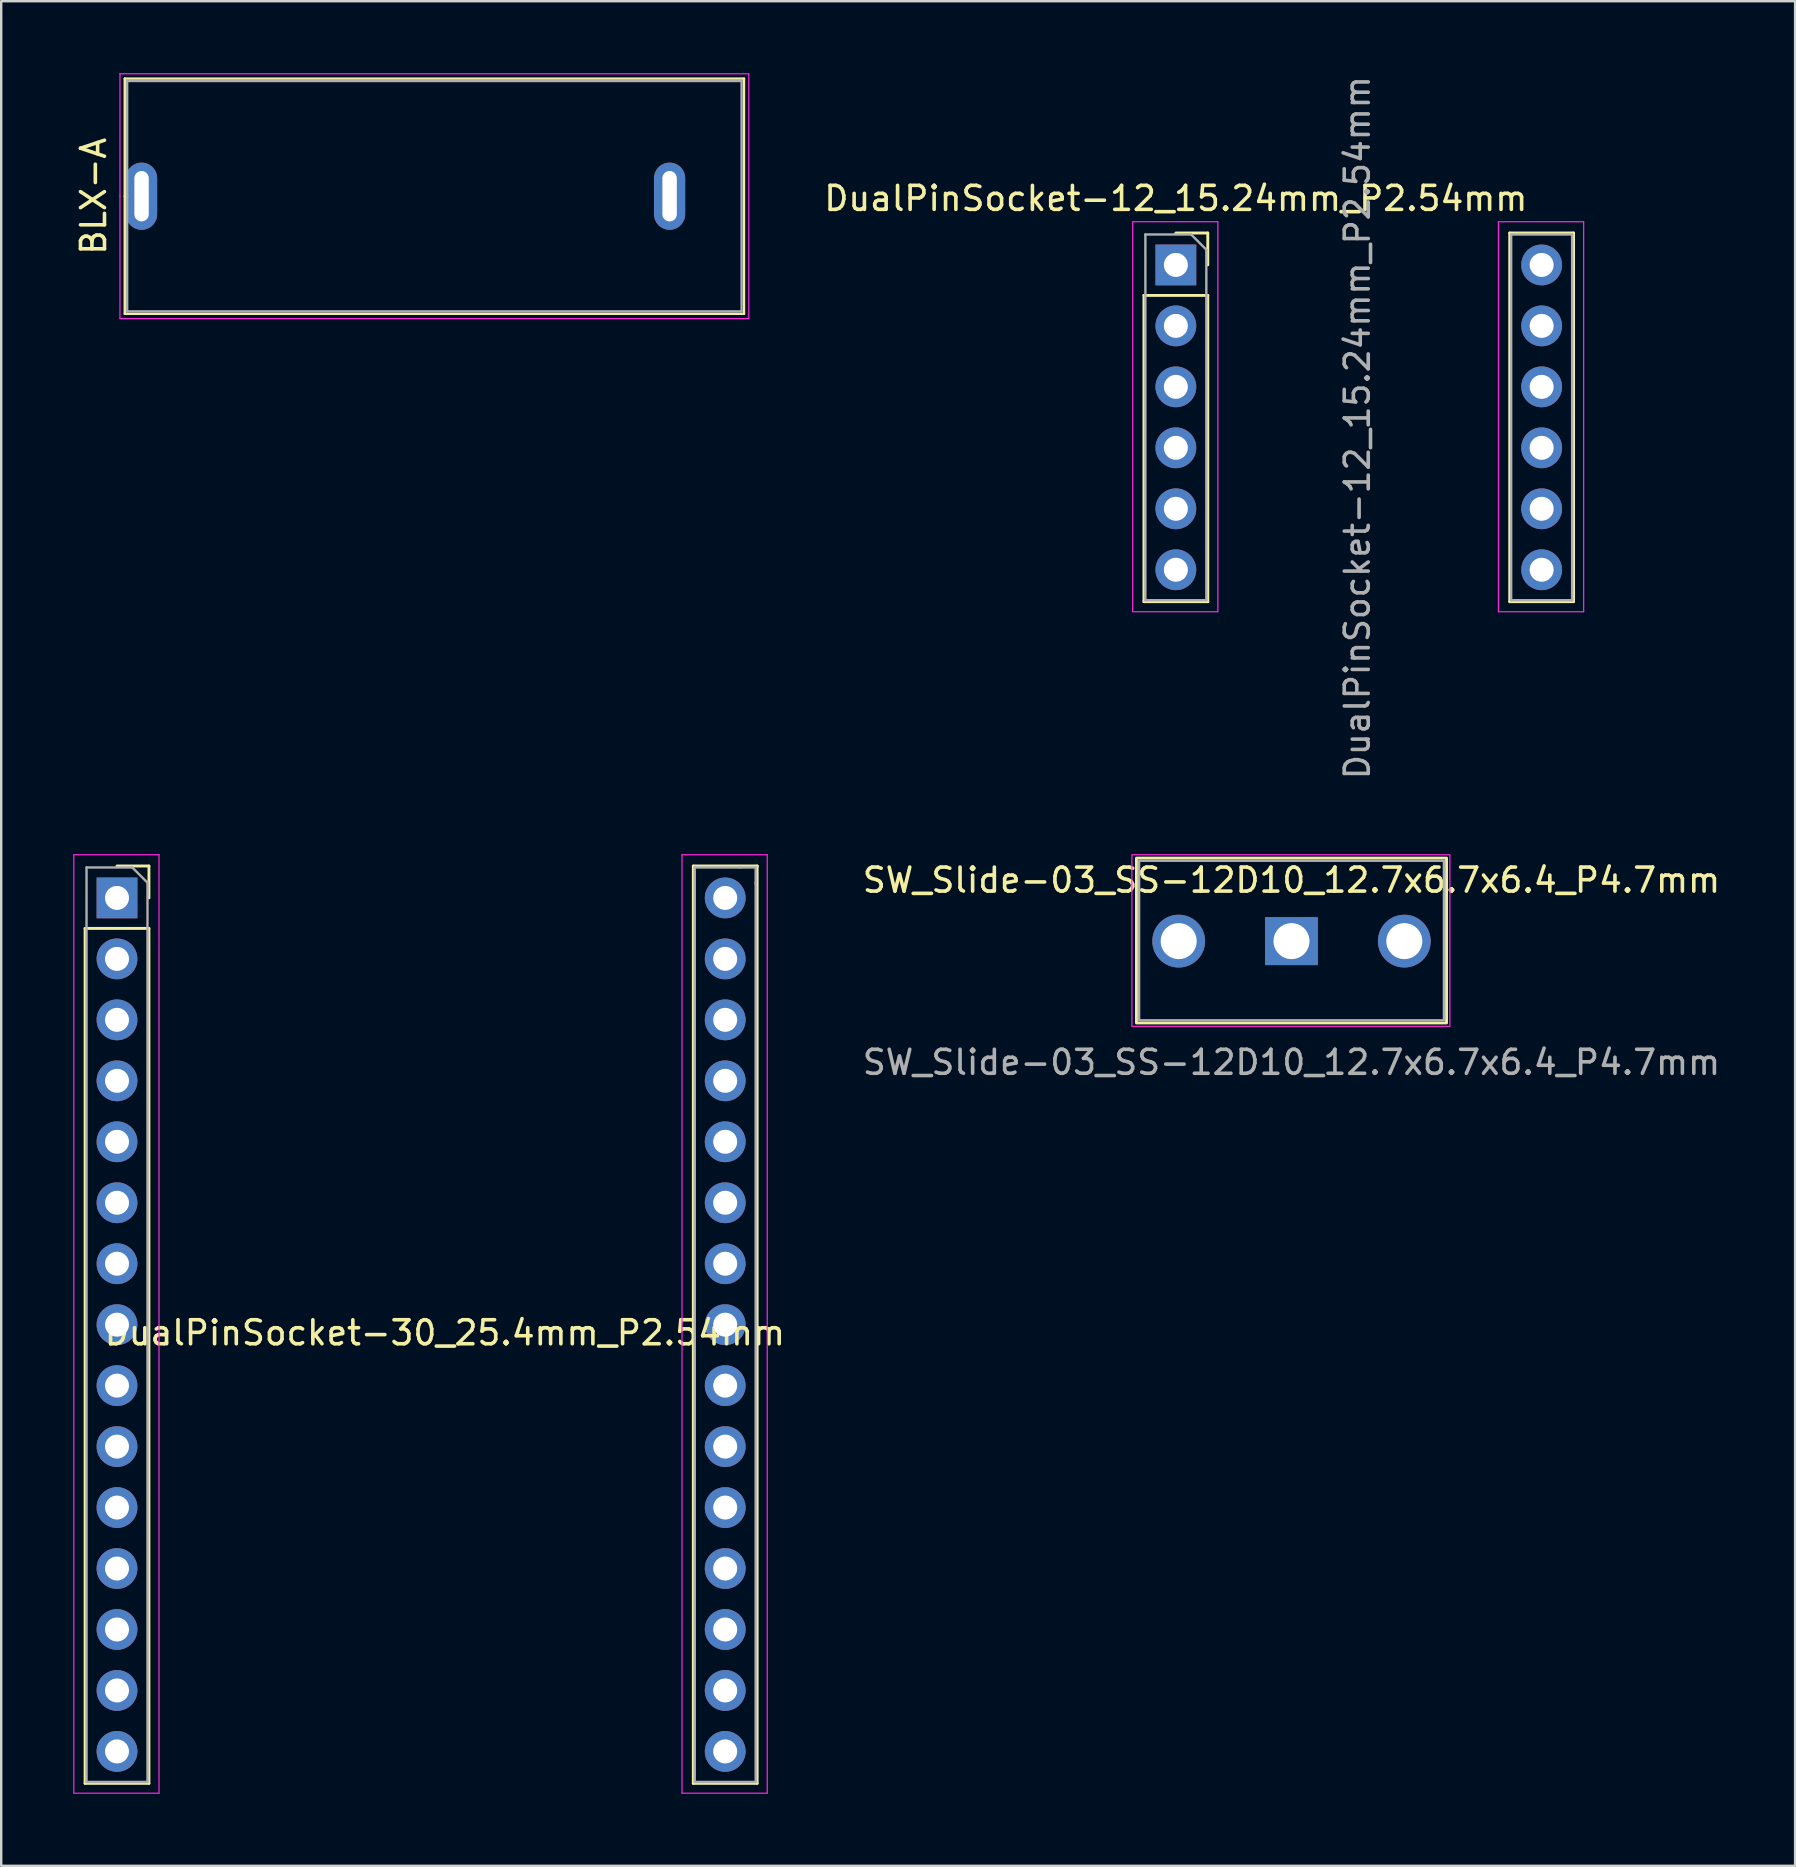
<source format=kicad_pcb>
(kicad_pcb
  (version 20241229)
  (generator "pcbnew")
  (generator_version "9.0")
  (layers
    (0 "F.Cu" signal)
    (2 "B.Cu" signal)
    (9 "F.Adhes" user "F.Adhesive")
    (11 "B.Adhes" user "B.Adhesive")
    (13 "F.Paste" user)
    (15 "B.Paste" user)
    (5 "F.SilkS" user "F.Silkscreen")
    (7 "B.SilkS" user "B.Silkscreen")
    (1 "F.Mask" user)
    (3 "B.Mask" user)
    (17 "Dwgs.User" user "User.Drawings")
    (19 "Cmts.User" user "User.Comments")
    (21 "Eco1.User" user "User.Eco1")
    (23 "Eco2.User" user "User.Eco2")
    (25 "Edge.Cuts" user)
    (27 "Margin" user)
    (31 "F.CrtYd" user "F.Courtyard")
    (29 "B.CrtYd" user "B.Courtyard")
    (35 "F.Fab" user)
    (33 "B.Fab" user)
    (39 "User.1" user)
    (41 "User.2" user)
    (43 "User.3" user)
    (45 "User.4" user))
  (footprint "DualPinSocket-12_15.24mm_P2.54mm"
    (layer "F.Cu")
    (at 45.941 7.988)
    (property "Reference" "DualPinSocket-12_15.24mm_P2.54mm" (at 0 -2.77 0) (layer "F.SilkS") (effects (font (size 1 1) (thickness 0.15))))
    (property "left_pins" "" (at 0 0 0) (layer "F.SilkS") (hide yes) (effects (font (size 1 1) (thickness 0.1))))
    (property "right_pins" "" (at 0 0 0) (layer "F.SilkS") (hide yes) (effects (font (size 1 1) (thickness 0.1))))
    (attr through_hole)
    (fp_line (start -1.33 1.27) (end -1.33 14.03) (stroke (width 0.12) (type solid)) (layer "F.SilkS"))
    (fp_line (start -1.33 1.27) (end 1.33 1.27) (stroke (width 0.12) (type solid)) (layer "F.SilkS"))
    (fp_line (start -1.33 14.03) (end 1.33 14.03) (stroke (width 0.12) (type solid)) (layer "F.SilkS"))
    (fp_line (start 0 -1.33) (end 1.33 -1.33) (stroke (width 0.12) (type solid)) (layer "F.SilkS"))
    (fp_line (start 1.33 -1.33) (end 1.33 0) (stroke (width 0.12) (type solid)) (layer "F.SilkS"))
    (fp_line (start 1.33 1.27) (end 1.33 14.03) (stroke (width 0.12) (type solid)) (layer "F.SilkS"))
    (fp_line (start 13.91 -1.33) (end 13.91 14.03) (stroke (width 0.12) (type solid)) (layer "F.SilkS"))
    (fp_line (start 13.91 -1.33) (end 16.57 -1.33) (stroke (width 0.12) (type solid)) (layer "F.SilkS"))
    (fp_line (start 13.91 14.03) (end 16.57 14.03) (stroke (width 0.12) (type solid)) (layer "F.SilkS"))
    (fp_line (start 16.57 -1.33) (end 16.57 14.03) (stroke (width 0.12) (type solid)) (layer "F.SilkS"))
    (fp_line (start -1.8 -1.8) (end 1.75 -1.8) (stroke (width 0.05) (type solid)) (layer "F.CrtYd"))
    (fp_line (start -1.8 14.45) (end -1.8 -1.8) (stroke (width 0.05) (type solid)) (layer "F.CrtYd"))
    (fp_line (start 1.75 -1.8) (end 1.75 14.45) (stroke (width 0.05) (type solid)) (layer "F.CrtYd"))
    (fp_line (start 1.75 14.45) (end -1.8 14.45) (stroke (width 0.05) (type solid)) (layer "F.CrtYd"))
    (fp_line (start 13.44 -1.8) (end 16.99 -1.8) (stroke (width 0.05) (type solid)) (layer "F.CrtYd"))
    (fp_line (start 13.44 14.45) (end 13.44 -1.8) (stroke (width 0.05) (type solid)) (layer "F.CrtYd"))
    (fp_line (start 16.99 -1.8) (end 16.99 14.45) (stroke (width 0.05) (type solid)) (layer "F.CrtYd"))
    (fp_line (start 16.99 14.45) (end 13.44 14.45) (stroke (width 0.05) (type solid)) (layer "F.CrtYd"))
    (fp_line (start -1.27 -1.27) (end 0.635 -1.27) (stroke (width 0.1) (type solid)) (layer "F.Fab"))
    (fp_line (start -1.27 13.97) (end -1.27 -1.27) (stroke (width 0.1) (type solid)) (layer "F.Fab"))
    (fp_line (start 0.635 -1.27) (end 1.27 -0.635) (stroke (width 0.1) (type solid)) (layer "F.Fab"))
    (fp_line (start 1.27 -0.635) (end 1.27 13.97) (stroke (width 0.1) (type solid)) (layer "F.Fab"))
    (fp_line (start 1.27 13.97) (end -1.27 13.97) (stroke (width 0.1) (type solid)) (layer "F.Fab"))
    (fp_line (start 13.97 -1.27) (end 16.51 -1.27) (stroke (width 0.1) (type solid)) (layer "F.Fab"))
    (fp_line (start 13.97 13.97) (end 13.97 -1.27) (stroke (width 0.1) (type solid)) (layer "F.Fab"))
    (fp_line (start 16.51 -1.27) (end 16.51 13.97) (stroke (width 0.1) (type solid)) (layer "F.Fab"))
    (fp_line (start 16.51 13.97) (end 13.97 13.97) (stroke (width 0.1) (type solid)) (layer "F.Fab"))
    (fp_text user "${left_pins}" (at 3.49 6.5 90) (unlocked yes) (layer "F.SilkS") (effects (font (size 1 1) (thickness 0.1)) (justify bottom)))
    (fp_text user "${right_pins}" (at 11.58 6.41 270) (unlocked yes) (layer "F.SilkS") (effects (font (size 1 1) (thickness 0.1)) (justify bottom)))
    (fp_text user "${REFERENCE}" (at 7.56 6.78 90) (layer "F.Fab") (effects (font (size 1 1) (thickness 0.15))))
    (pad "1" thru_hole rect (at 0 0) (size 1.7 1.7) (drill 1) (layers "*.Cu" "*.Mask"))
    (pad "2" thru_hole oval (at 0 2.54) (size 1.7 1.7) (drill 1) (layers "*.Cu" "*.Mask"))
    (pad "3" thru_hole oval (at 0 5.08) (size 1.7 1.7) (drill 1) (layers "*.Cu" "*.Mask"))
    (pad "4" thru_hole oval (at 0 7.62) (size 1.7 1.7) (drill 1) (layers "*.Cu" "*.Mask"))
    (pad "5" thru_hole oval (at 0 10.16) (size 1.7 1.7) (drill 1) (layers "*.Cu" "*.Mask"))
    (pad "6" thru_hole oval (at 0 12.7) (size 1.7 1.7) (drill 1) (layers "*.Cu" "*.Mask"))
    (pad "7" thru_hole oval (at 15.24 12.7) (size 1.7 1.7) (drill 1) (layers "*.Cu" "*.Mask"))
    (pad "8" thru_hole oval (at 15.24 10.16) (size 1.7 1.7) (drill 1) (layers "*.Cu" "*.Mask"))
    (pad "9" thru_hole oval (at 15.24 7.62) (size 1.7 1.7) (drill 1) (layers "*.Cu" "*.Mask"))
    (pad "10" thru_hole oval (at 15.24 5.08) (size 1.7 1.7) (drill 1) (layers "*.Cu" "*.Mask"))
    (pad "11" thru_hole oval (at 15.24 2.54) (size 1.7 1.7) (drill 1) (layers "*.Cu" "*.Mask"))
    (pad "12" thru_hole circle (at 15.24 0) (size 1.7 1.7) (drill 1) (layers "*.Cu" "*.Mask")))
  (footprint "BLX-A"
    (layer "F.Cu")
    (at 13.848 5.125)
    (property "Reference" "BLX-A" (at -13 0 90) (layer "F.SilkS") (effects (font (size 1 1) (thickness 0.15))))
    (attr through_hole)
    (fp_line (start -11.7 -4.9) (end 14.1 -4.9) (stroke (width 0.1) (type default)) (layer "F.SilkS"))
    (fp_line (start -11.7 0) (end -11.7 -4.9) (stroke (width 0.1) (type default)) (layer "F.SilkS"))
    (fp_line (start -11.7 4.9) (end -11.7 0) (stroke (width 0.1) (type default)) (layer "F.SilkS"))
    (fp_line (start 14.1 -4.9) (end 14.1 4.9) (stroke (width 0.1) (type default)) (layer "F.SilkS"))
    (fp_line (start 14.1 4.9) (end -11.7 4.9) (stroke (width 0.1) (type default)) (layer "F.SilkS"))
    (fp_line (start -11.9 -5.1) (end -11.9 0) (stroke (width 0.05) (type default)) (layer "F.CrtYd"))
    (fp_line (start -11.9 0) (end -11.9 5.1) (stroke (width 0.05) (type default)) (layer "F.CrtYd"))
    (fp_line (start -11.9 5.1) (end 14.3 5.1) (stroke (width 0.05) (type default)) (layer "F.CrtYd"))
    (fp_line (start 14.3 -5.1) (end -11.9 -5.1) (stroke (width 0.05) (type default)) (layer "F.CrtYd"))
    (fp_line (start 14.3 5.1) (end 14.3 -5.1) (stroke (width 0.05) (type default)) (layer "F.CrtYd"))
    (fp_line (start -11.6 -4.8) (end 14 -4.8) (stroke (width 0.1) (type default)) (layer "F.Fab"))
    (fp_line (start -11.6 0) (end -11.6 -4.8) (stroke (width 0.1) (type default)) (layer "F.Fab"))
    (fp_line (start -11.6 0) (end -11.6 4.8) (stroke (width 0.1) (type default)) (layer "F.Fab"))
    (fp_line (start -11.6 4.8) (end 14 4.8) (stroke (width 0.1) (type default)) (layer "F.Fab"))
    (fp_line (start 14 4.8) (end 14 -4.8) (stroke (width 0.1) (type default)) (layer "F.Fab"))
    (pad "1" thru_hole oval (at -11 0) (size 1.3 2.8) (drill oval 0.6 2.1) (layers "*.Cu" "*.Mask"))
    (pad "2" thru_hole oval (at 11 0) (size 1.3 2.8) (drill oval 0.6 2.1) (layers "*.Cu" "*.Mask")))
  (footprint "DualPinSocket-30_25.4mm_P2.54mm"
    (layer "F.Cu")
    (at 1.825 34.361)
    (property "Reference" "DualPinSocket-30_25.4mm_P2.54mm" (at 13.66 18.12 0) (layer "F.SilkS") (effects (font (size 1 1) (thickness 0.15))))
    (attr through_hole)
    (fp_line (start -1.33 1.27) (end -1.33 36.89) (stroke (width 0.12) (type solid)) (layer "F.SilkS"))
    (fp_line (start -1.33 1.27) (end 1.33 1.27) (stroke (width 0.12) (type solid)) (layer "F.SilkS"))
    (fp_line (start -1.33 36.89) (end 1.33 36.89) (stroke (width 0.12) (type solid)) (layer "F.SilkS"))
    (fp_line (start 0 -1.33) (end 1.33 -1.33) (stroke (width 0.12) (type solid)) (layer "F.SilkS"))
    (fp_line (start 1.33 -1.33) (end 1.33 0) (stroke (width 0.12) (type solid)) (layer "F.SilkS"))
    (fp_line (start 1.33 1.27) (end 1.33 36.89) (stroke (width 0.12) (type solid)) (layer "F.SilkS"))
    (fp_line (start 24.01 -1.33) (end 24.01 36.89) (stroke (width 0.12) (type solid)) (layer "F.SilkS"))
    (fp_line (start 24.01 -1.33) (end 26.67 -1.33) (stroke (width 0.12) (type default)) (layer "F.SilkS"))
    (fp_line (start 24.01 36.89) (end 26.67 36.89) (stroke (width 0.12) (type solid)) (layer "F.SilkS"))
    (fp_line (start 26.67 -1.33) (end 26.67 -1.29) (stroke (width 0.1) (type default)) (layer "F.SilkS"))
    (fp_line (start 26.67 -1.33) (end 26.67 36.89) (stroke (width 0.12) (type solid)) (layer "F.SilkS"))
    (fp_line (start -1.8 -1.8) (end 1.75 -1.8) (stroke (width 0.05) (type solid)) (layer "F.CrtYd"))
    (fp_line (start -1.8 37.3) (end -1.8 -1.8) (stroke (width 0.05) (type solid)) (layer "F.CrtYd"))
    (fp_line (start 1.75 -1.8) (end 1.75 37.3) (stroke (width 0.05) (type solid)) (layer "F.CrtYd"))
    (fp_line (start 1.75 37.3) (end -1.8 37.3) (stroke (width 0.05) (type solid)) (layer "F.CrtYd"))
    (fp_line (start 23.54 -1.8) (end 27.09 -1.8) (stroke (width 0.05) (type solid)) (layer "F.CrtYd"))
    (fp_line (start 23.54 37.3) (end 23.54 -1.8) (stroke (width 0.05) (type solid)) (layer "F.CrtYd"))
    (fp_line (start 27.09 -1.8) (end 27.09 37.3) (stroke (width 0.05) (type solid)) (layer "F.CrtYd"))
    (fp_line (start 27.09 37.3) (end 23.54 37.3) (stroke (width 0.05) (type solid)) (layer "F.CrtYd"))
    (fp_line (start -1.27 -1.27) (end 0.635 -1.27) (stroke (width 0.1) (type solid)) (layer "F.Fab"))
    (fp_line (start -1.27 36.83) (end -1.27 -1.27) (stroke (width 0.1) (type solid)) (layer "F.Fab"))
    (fp_line (start 0.635 -1.27) (end 1.27 -0.635) (stroke (width 0.1) (type solid)) (layer "F.Fab"))
    (fp_line (start 1.27 -0.635) (end 1.27 36.83) (stroke (width 0.1) (type solid)) (layer "F.Fab"))
    (fp_line (start 1.27 36.83) (end -1.27 36.83) (stroke (width 0.1) (type solid)) (layer "F.Fab"))
    (fp_line (start 24.07 -1.27) (end 25.975 -1.27) (stroke (width 0.1) (type solid)) (layer "F.Fab"))
    (fp_line (start 24.07 36.83) (end 24.07 -1.27) (stroke (width 0.1) (type solid)) (layer "F.Fab"))
    (fp_line (start 25.975 -1.27) (end 26.61 -1.27) (stroke (width 0.1) (type default)) (layer "F.Fab"))
    (fp_line (start 26.61 -1.27) (end 26.61 -0.59) (stroke (width 0.1) (type default)) (layer "F.Fab"))
    (fp_line (start 26.61 -0.635) (end 26.61 36.83) (stroke (width 0.1) (type solid)) (layer "F.Fab"))
    (fp_line (start 26.61 36.83) (end 24.07 36.83) (stroke (width 0.1) (type solid)) (layer "F.Fab"))
    (pad "1" thru_hole rect (at 0 0) (size 1.7 1.7) (drill 1) (layers "*.Cu" "*.Mask"))
    (pad "2" thru_hole oval (at 0 2.54) (size 1.7 1.7) (drill 1) (layers "*.Cu" "*.Mask"))
    (pad "3" thru_hole oval (at 0 5.08) (size 1.7 1.7) (drill 1) (layers "*.Cu" "*.Mask"))
    (pad "4" thru_hole oval (at 0 7.62) (size 1.7 1.7) (drill 1) (layers "*.Cu" "*.Mask"))
    (pad "5" thru_hole oval (at 0 10.16) (size 1.7 1.7) (drill 1) (layers "*.Cu" "*.Mask"))
    (pad "6" thru_hole oval (at 0 12.7) (size 1.7 1.7) (drill 1) (layers "*.Cu" "*.Mask"))
    (pad "7" thru_hole oval (at 0 15.24) (size 1.7 1.7) (drill 1) (layers "*.Cu" "*.Mask"))
    (pad "8" thru_hole oval (at 0 17.78) (size 1.7 1.7) (drill 1) (layers "*.Cu" "*.Mask"))
    (pad "9" thru_hole oval (at 0 20.32) (size 1.7 1.7) (drill 1) (layers "*.Cu" "*.Mask"))
    (pad "10" thru_hole oval (at 0 22.86) (size 1.7 1.7) (drill 1) (layers "*.Cu" "*.Mask"))
    (pad "11" thru_hole oval (at 0 25.4) (size 1.7 1.7) (drill 1) (layers "*.Cu" "*.Mask"))
    (pad "12" thru_hole oval (at 0 27.94) (size 1.7 1.7) (drill 1) (layers "*.Cu" "*.Mask"))
    (pad "13" thru_hole oval (at 0 30.48) (size 1.7 1.7) (drill 1) (layers "*.Cu" "*.Mask"))
    (pad "14" thru_hole oval (at 0 33.02) (size 1.7 1.7) (drill 1) (layers "*.Cu" "*.Mask"))
    (pad "15" thru_hole oval (at 0 35.56) (size 1.7 1.7) (drill 1) (layers "*.Cu" "*.Mask"))
    (pad "16" thru_hole oval (at 25.34 35.56) (size 1.7 1.7) (drill 1) (layers "*.Cu" "*.Mask"))
    (pad "17" thru_hole oval (at 25.34 33.02) (size 1.7 1.7) (drill 1) (layers "*.Cu" "*.Mask"))
    (pad "18" thru_hole oval (at 25.34 30.48) (size 1.7 1.7) (drill 1) (layers "*.Cu" "*.Mask"))
    (pad "19" thru_hole oval (at 25.34 27.94) (size 1.7 1.7) (drill 1) (layers "*.Cu" "*.Mask"))
    (pad "20" thru_hole oval (at 25.34 25.4) (size 1.7 1.7) (drill 1) (layers "*.Cu" "*.Mask"))
    (pad "21" thru_hole oval (at 25.34 22.86) (size 1.7 1.7) (drill 1) (layers "*.Cu" "*.Mask"))
    (pad "22" thru_hole oval (at 25.34 20.32) (size 1.7 1.7) (drill 1) (layers "*.Cu" "*.Mask"))
    (pad "23" thru_hole oval (at 25.34 17.78) (size 1.7 1.7) (drill 1) (layers "*.Cu" "*.Mask"))
    (pad "24" thru_hole oval (at 25.34 15.24) (size 1.7 1.7) (drill 1) (layers "*.Cu" "*.Mask"))
    (pad "25" thru_hole oval (at 25.34 12.7) (size 1.7 1.7) (drill 1) (layers "*.Cu" "*.Mask"))
    (pad "26" thru_hole oval (at 25.34 10.16) (size 1.7 1.7) (drill 1) (layers "*.Cu" "*.Mask"))
    (pad "27" thru_hole oval (at 25.34 7.62) (size 1.7 1.7) (drill 1) (layers "*.Cu" "*.Mask"))
    (pad "28" thru_hole oval (at 25.34 5.08) (size 1.7 1.7) (drill 1) (layers "*.Cu" "*.Mask"))
    (pad "29" thru_hole oval (at 25.34 2.54) (size 1.7 1.7) (drill 1) (layers "*.Cu" "*.Mask"))
    (pad "30" thru_hole circle (at 25.34 0) (size 1.7 1.7) (drill 1) (layers "*.Cu" "*.Mask")))
  (footprint "SW_Slide-03_SS-12D10_12.7x6.7x6.4_P4.7mm"
    (layer "F.Cu")
    (at 50.759 36.161)
    (property "Reference" "SW_Slide-03_SS-12D10_12.7x6.7x6.4_P4.7mm" (at 0 -2.54 0) (layer "F.SilkS") (effects (font (size 1 1) (thickness 0.15))))
    (attr through_hole)
    (fp_rect (start -6.46 -3.46) (end 6.46 3.41) (stroke (width 0.12) (type default)) (fill no) (layer "F.SilkS"))
    (fp_rect (start -6.65 -3.6) (end 6.6 3.55) (stroke (width 0.05) (type default)) (fill no) (layer "F.CrtYd"))
    (fp_rect (start -6.35 -3.35) (end 6.35 3.3) (stroke (width 0.1) (type default)) (fill no) (layer "F.Fab"))
    (fp_text user "${REFERENCE}" (at 0 5.05 0) (layer "F.Fab") (effects (font (size 1 1) (thickness 0.15))))
    (pad "1" thru_hole rect (at 0 0) (size 2.2 2) (drill 1.5) (layers "*.Cu" "*.Mask"))
    (pad "2" thru_hole circle (at -4.7 0) (size 2.2 2.2) (drill 1.5) (layers "*.Cu" "*.Mask"))
    (pad "3" thru_hole circle (at 4.7 0) (size 2.2 2.2) (drill 1.5) (layers "*.Cu" "*.Mask")))
  (gr_rect
    (start -3 -3)
    (end 71.741 74.686)
    (stroke (width 0.1) (type default))
    (fill no)
    (layer "Edge.Cuts")))
</source>
